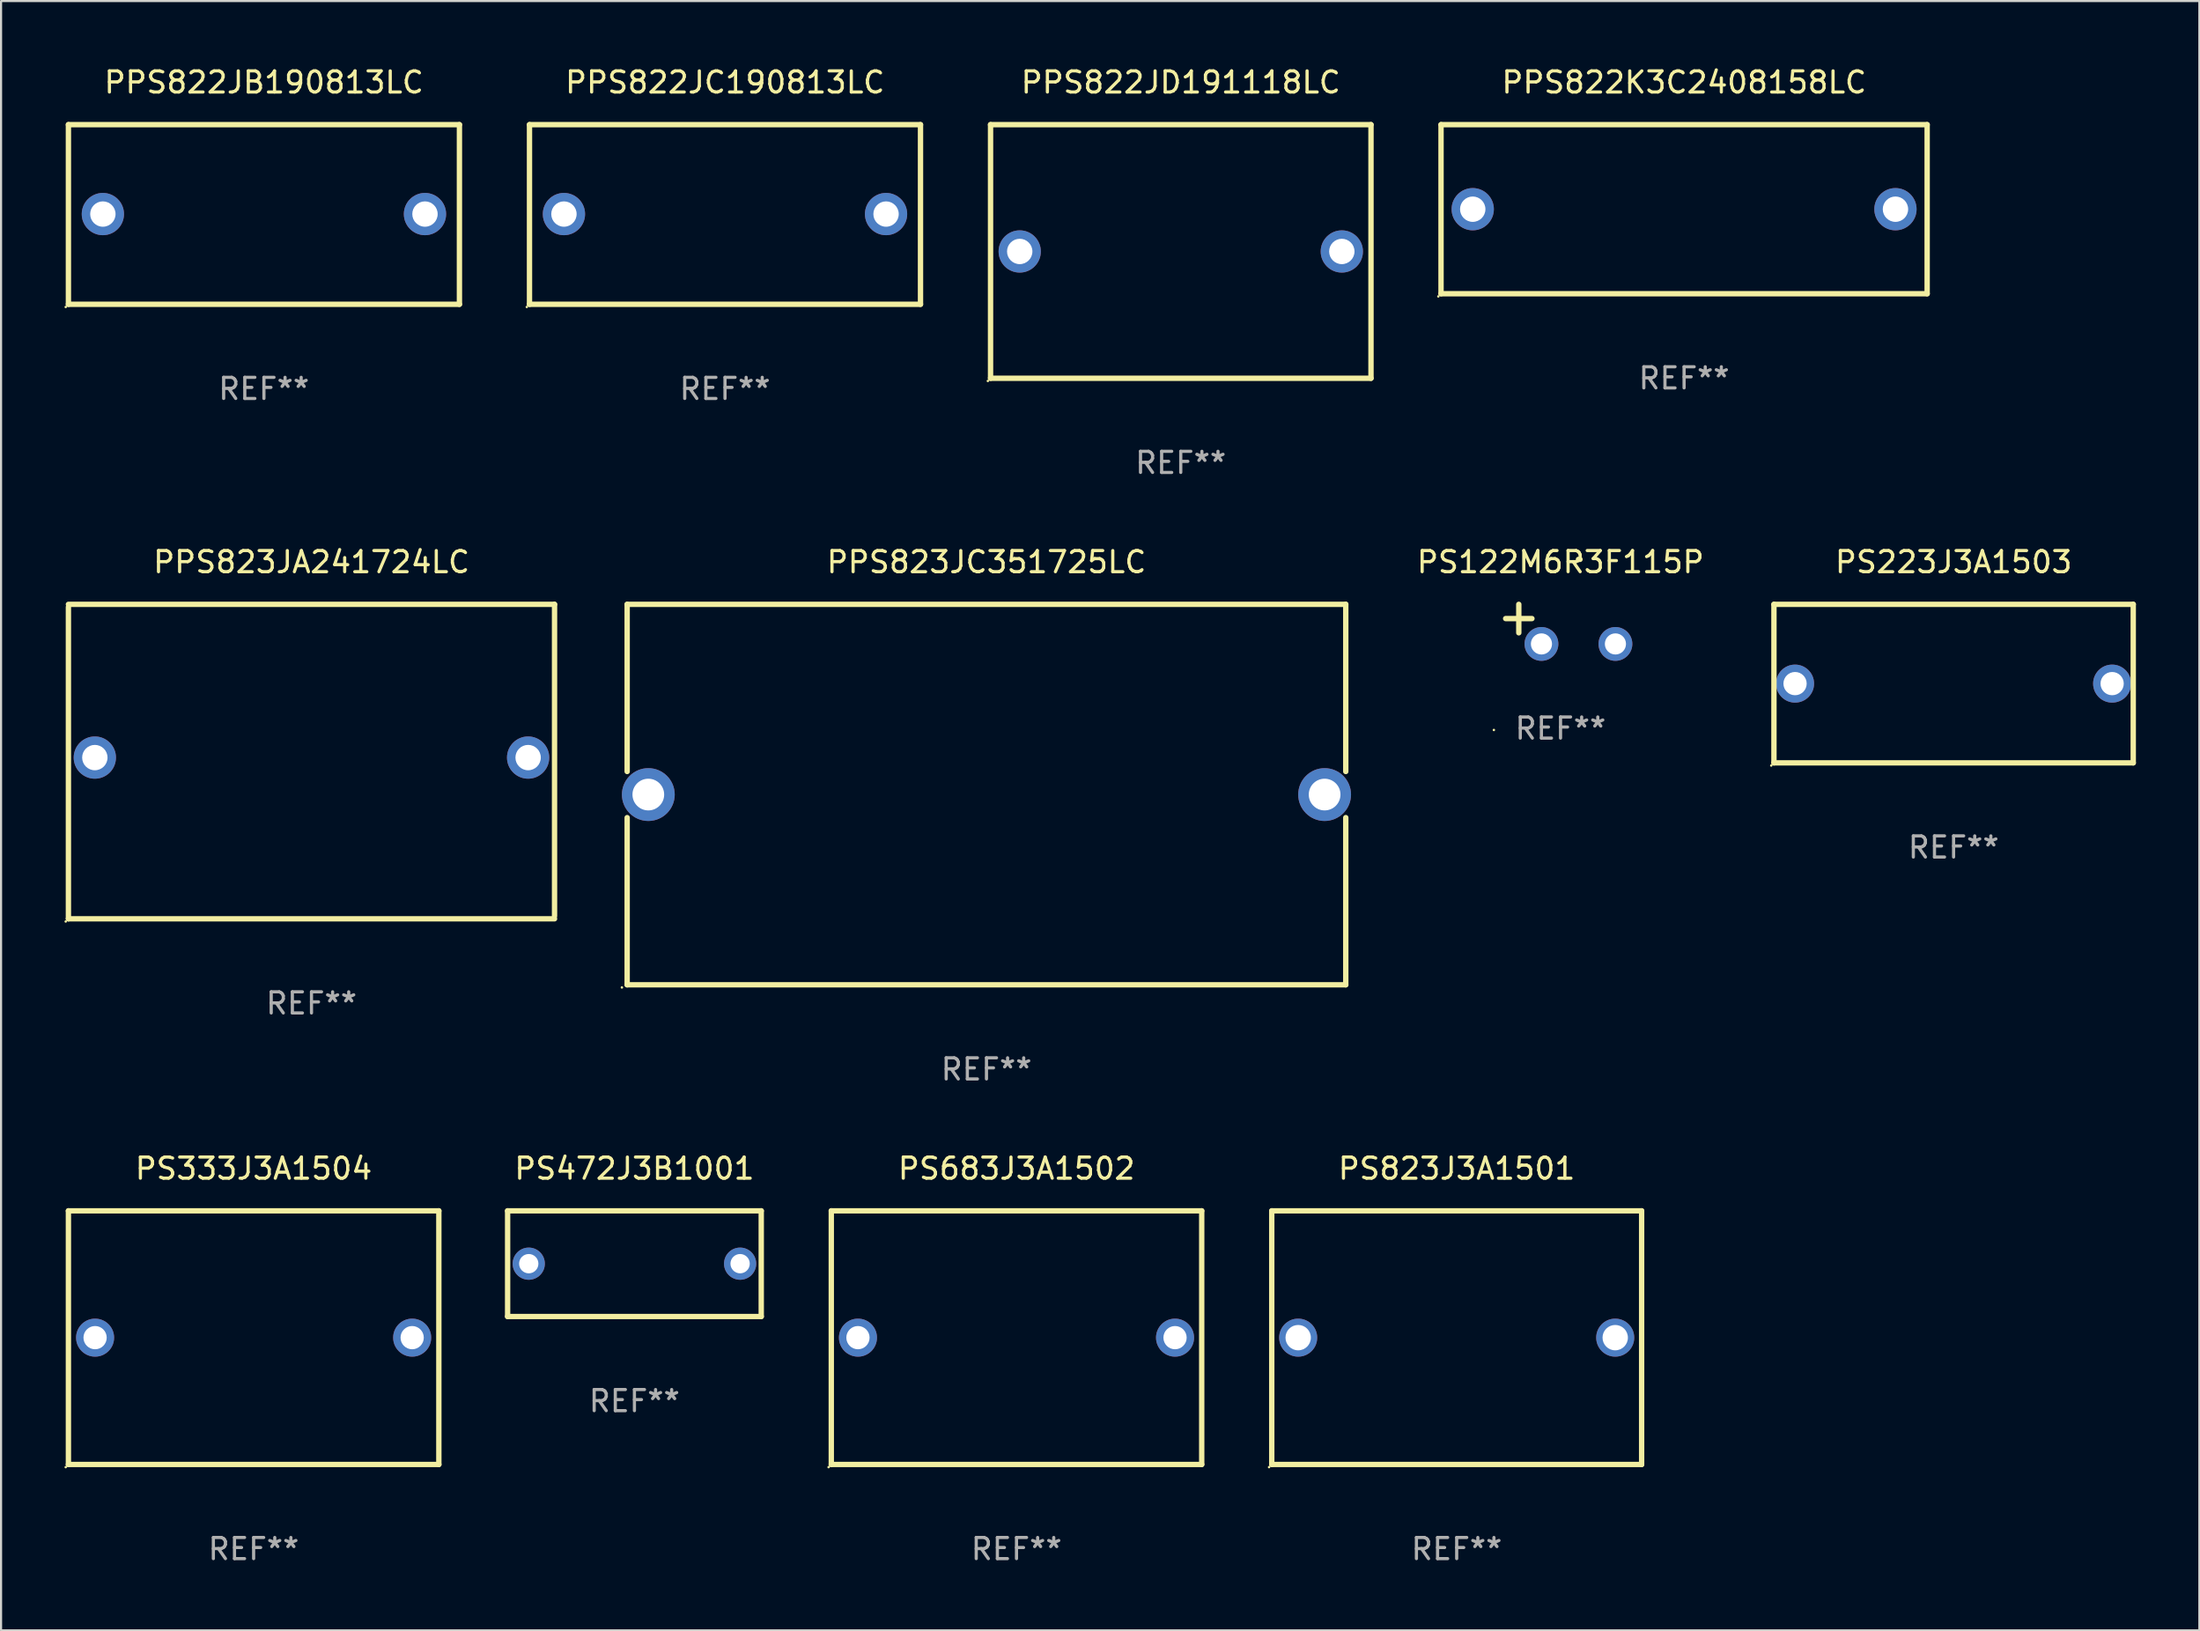
<source format=kicad_pcb>
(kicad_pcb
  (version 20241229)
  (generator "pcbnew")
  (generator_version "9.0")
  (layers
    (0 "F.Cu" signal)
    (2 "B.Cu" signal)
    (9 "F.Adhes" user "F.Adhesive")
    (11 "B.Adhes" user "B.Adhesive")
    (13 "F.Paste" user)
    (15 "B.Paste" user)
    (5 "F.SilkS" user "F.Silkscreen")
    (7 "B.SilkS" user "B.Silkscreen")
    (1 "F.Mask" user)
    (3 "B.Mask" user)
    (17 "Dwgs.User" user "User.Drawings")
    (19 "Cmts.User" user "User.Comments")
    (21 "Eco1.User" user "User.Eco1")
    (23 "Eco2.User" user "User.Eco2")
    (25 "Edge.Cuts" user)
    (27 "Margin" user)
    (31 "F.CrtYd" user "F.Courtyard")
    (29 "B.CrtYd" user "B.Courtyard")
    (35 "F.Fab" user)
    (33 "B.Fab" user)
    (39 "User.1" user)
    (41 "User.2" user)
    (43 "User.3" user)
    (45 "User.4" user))
  (footprint "PS683J3A1502"
    (layer "F.Cu")
    (at 45.044 60.241)
    (property "Reference" "PS683J3A1502" (at 0 -8 0) (layer "F.SilkS") (effects (font (size 1 1) (thickness 0.15))))
    (attr through_hole)
    (fp_line (start -8.763 -6) (end 8.763 -6) (stroke (width 0.254) (type solid)) (layer "F.SilkS"))
    (fp_line (start -8.763 6) (end -8.763 -6) (stroke (width 0.254) (type solid)) (layer "F.SilkS"))
    (fp_line (start 8.763 -6) (end 8.763 6) (stroke (width 0.254) (type solid)) (layer "F.SilkS"))
    (fp_line (start 8.763 6) (end -8.763 6) (stroke (width 0.254) (type solid)) (layer "F.SilkS"))
    (fp_circle (center -8.89 6.127) (end -8.86 6.127) (stroke (width 0.06) (type solid)) (fill no) (layer "F.SilkS"))
    (fp_text user "REF**" (at 0 10 0) (layer "F.Fab") (effects (font (size 1 1) (thickness 0.15))))
    (pad "1" thru_hole circle (at -7.501 0) (size 1.8 1.8) (drill 1.1) (layers "*.Cu" "*.Mask"))
    (pad "2" thru_hole circle (at 7.501 0) (size 1.8 1.8) (drill 1.1) (layers "*.Cu" "*.Mask")))
  (footprint "PPS823JC351725LC"
    (layer "F.Cu")
    (at 43.623 34.545)
    (property "Reference" "PPS823JC351725LC" (at 0 -11 0) (layer "F.SilkS") (effects (font (size 1 1) (thickness 0.15))))
    (attr through_hole)
    (fp_line (start -17 -9) (end -17 -1.091) (stroke (width 0.254) (type solid)) (layer "F.SilkS"))
    (fp_line (start -17 -9) (end 17 -9) (stroke (width 0.254) (type solid)) (layer "F.SilkS"))
    (fp_line (start -17 1.091) (end -17 9) (stroke (width 0.254) (type solid)) (layer "F.SilkS"))
    (fp_line (start 17 -9) (end 17 -1.091) (stroke (width 0.254) (type solid)) (layer "F.SilkS"))
    (fp_line (start 17 1.091) (end 17 9) (stroke (width 0.254) (type solid)) (layer "F.SilkS"))
    (fp_line (start 17 9) (end -17 9) (stroke (width 0.254) (type solid)) (layer "F.SilkS"))
    (fp_circle (center -17.249 9.127) (end -17.219 9.127) (stroke (width 0.06) (type solid)) (fill no) (layer "F.SilkS"))
    (fp_text user "REF**" (at 0 13 0) (layer "F.Fab") (effects (font (size 1 1) (thickness 0.15))))
    (pad "1" thru_hole circle (at -15.999 0) (size 2.5 2.5) (drill 1.5) (layers "*.Cu" "*.Mask"))
    (pad "2" thru_hole circle (at 15.999 0) (size 2.5 2.5) (drill 1.5) (layers "*.Cu" "*.Mask")))
  (footprint "PS122M6R3F115P"
    (layer "F.Cu")
    (at 70.784 26.481)
    (property "Reference" "PS122M6R3F115P" (at 0 -2.937 0) (layer "F.SilkS") (effects (font (size 1 1) (thickness 0.15))))
    (attr through_hole)
    (fp_line (start -1.975 0.41) (end -1.975 -0.937) (stroke (width 0.254) (type solid)) (layer "F.SilkS"))
    (fp_line (start -1.353 -0.263) (end -2.597 -0.263) (stroke (width 0.254) (type solid)) (layer "F.SilkS"))
    (fp_arc (start 0.849809 -3.063957) (mid 0.885369 -3.064114) (end 0.920929 -3.063957) (stroke (width 0.254001) (type solid)) (layer "F.SilkS"))
    (fp_circle (center -3.154 5.008) (end -3.124 5.008) (stroke (width 0.06) (type solid)) (fill no) (layer "F.SilkS"))
    (fp_text user "REF**" (at 0 4.937 0) (layer "F.Fab") (effects (font (size 1 1) (thickness 0.15))))
    (pad "1" thru_hole circle (at -0.903 0.937) (size 1.6 1.6) (drill 1) (layers "*.Cu" "*.Mask"))
    (pad "2" thru_hole circle (at 2.597 0.937) (size 1.6 1.6) (drill 1) (layers "*.Cu" "*.Mask")))
  (footprint "PS823J3A1501"
    (layer "F.Cu")
    (at 65.871 60.241)
    (property "Reference" "PS823J3A1501" (at 0 -8 0) (layer "F.SilkS") (effects (font (size 1 1) (thickness 0.15))))
    (attr through_hole)
    (fp_line (start -8.75 6) (end -8.75 -6) (stroke (width 0.254) (type solid)) (layer "F.SilkS"))
    (fp_line (start -8.75 -6) (end 8.75 -6) (stroke (width 0.254) (type solid)) (layer "F.SilkS"))
    (fp_line (start 8.75 6) (end -8.75 6) (stroke (width 0.254) (type solid)) (layer "F.SilkS"))
    (fp_line (start 8.75 -6) (end 8.75 6) (stroke (width 0.254) (type solid)) (layer "F.SilkS"))
    (fp_circle (center -8.877 6.127) (end -8.847 6.127) (stroke (width 0.06) (type solid)) (fill no) (layer "F.SilkS"))
    (fp_text user "REF**" (at 0 10 0) (layer "F.Fab") (effects (font (size 1 1) (thickness 0.15))))
    (pad "1" thru_hole circle (at -7.5 0) (size 1.8 1.8) (drill 1.2) (layers "*.Cu" "*.Mask"))
    (pad "2" thru_hole circle (at 7.5 0) (size 1.8 1.8) (drill 1.2) (layers "*.Cu" "*.Mask")))
  (footprint "PPS822JB190813LC"
    (layer "F.Cu")
    (at 9.437 7.098)
    (property "Reference" "PPS822JB190813LC" (at 0 -6.25 0) (layer "F.SilkS") (effects (font (size 1 1) (thickness 0.15))))
    (attr through_hole)
    (fp_line (start -9.25 -4.25) (end 9.25 -4.25) (stroke (width 0.254) (type solid)) (layer "F.SilkS"))
    (fp_line (start -9.25 4.25) (end -9.25 -4.25) (stroke (width 0.254) (type solid)) (layer "F.SilkS"))
    (fp_line (start 9.25 -4.25) (end 9.25 4.25) (stroke (width 0.254) (type solid)) (layer "F.SilkS"))
    (fp_line (start 9.25 4.25) (end -9.25 4.25) (stroke (width 0.254) (type solid)) (layer "F.SilkS"))
    (fp_circle (center -9.377 4.377) (end -9.347 4.377) (stroke (width 0.06) (type solid)) (fill no) (layer "F.SilkS"))
    (fp_text user "REF**" (at 0 8.25 0) (layer "F.Fab") (effects (font (size 1 1) (thickness 0.15))))
    (pad "1" thru_hole circle (at -7.62 -0.02) (size 2 2) (drill 1.2) (layers "*.Cu" "*.Mask"))
    (pad "2" thru_hole circle (at 7.62 -0.02) (size 2 2) (drill 1.2) (layers "*.Cu" "*.Mask")))
  (footprint "PPS822K3C2408158LC"
    (layer "F.Cu")
    (at 76.63 6.848)
    (property "Reference" "PPS822K3C2408158LC" (at 0 -6 0) (layer "F.SilkS") (effects (font (size 1 1) (thickness 0.15))))
    (attr through_hole)
    (fp_line (start -11.5 -4) (end -11.5 4) (stroke (width 0.254) (type solid)) (layer "F.SilkS"))
    (fp_line (start -11.5 -4) (end 11.5 -4) (stroke (width 0.254) (type solid)) (layer "F.SilkS"))
    (fp_line (start -11.5 4) (end 11.5 4) (stroke (width 0.254) (type solid)) (layer "F.SilkS"))
    (fp_line (start 11.5 -4) (end 11.5 4) (stroke (width 0.254) (type solid)) (layer "F.SilkS"))
    (fp_circle (center -11.627 4.127) (end -11.597 4.127) (stroke (width 0.06) (type solid)) (fill no) (layer "F.SilkS"))
    (fp_text user "REF**" (at 0 8 0) (layer "F.Fab") (effects (font (size 1 1) (thickness 0.15))))
    (pad "1" thru_hole circle (at -10 0) (size 2 2) (drill 1.2) (layers "*.Cu" "*.Mask"))
    (pad "2" thru_hole circle (at 10 0) (size 2 2) (drill 1.2) (layers "*.Cu" "*.Mask")))
  (footprint "PPS822JD191118LC"
    (layer "F.Cu")
    (at 52.816 8.848)
    (property "Reference" "PPS822JD191118LC" (at 0 -8 0) (layer "F.SilkS") (effects (font (size 1 1) (thickness 0.15))))
    (attr through_hole)
    (fp_line (start -9 -6) (end 9 -6) (stroke (width 0.254) (type solid)) (layer "F.SilkS"))
    (fp_line (start -9 6) (end -9 -6) (stroke (width 0.254) (type solid)) (layer "F.SilkS"))
    (fp_line (start 9 -6) (end 9 6) (stroke (width 0.254) (type solid)) (layer "F.SilkS"))
    (fp_line (start 9 6) (end -9 6) (stroke (width 0.254) (type solid)) (layer "F.SilkS"))
    (fp_circle (center -9.127 6.127) (end -9.097 6.127) (stroke (width 0.06) (type solid)) (fill no) (layer "F.SilkS"))
    (fp_text user "REF**" (at 0 10 0) (layer "F.Fab") (effects (font (size 1 1) (thickness 0.15))))
    (pad "1" thru_hole circle (at -7.62 0) (size 2 2) (drill 1.2) (layers "*.Cu" "*.Mask"))
    (pad "2" thru_hole circle (at 7.62 0) (size 2 2) (drill 1.2) (layers "*.Cu" "*.Mask")))
  (footprint "PPS823JA241724LC"
    (layer "F.Cu")
    (at 11.687 32.984)
    (property "Reference" "PPS823JA241724LC" (at 0 -9.439 0) (layer "F.SilkS") (effects (font (size 1 1) (thickness 0.15))))
    (attr through_hole)
    (fp_line (start -11.5 -7.439) (end 11.5 -7.439) (stroke (width 0.254) (type solid)) (layer "F.SilkS"))
    (fp_line (start -11.5 7.439) (end -11.5 -7.311) (stroke (width 0.254) (type solid)) (layer "F.SilkS"))
    (fp_line (start 11.5 -7.439) (end 11.5 7.311) (stroke (width 0.254) (type solid)) (layer "F.SilkS"))
    (fp_line (start 11.5 7.439) (end -11.5 7.439) (stroke (width 0.254) (type solid)) (layer "F.SilkS"))
    (fp_circle (center -11.627 7.566) (end -11.597 7.566) (stroke (width 0.06) (type solid)) (fill no) (layer "F.SilkS"))
    (fp_text user "REF**" (at 0 11.439 0) (layer "F.Fab") (effects (font (size 1 1) (thickness 0.15))))
    (pad "1" thru_hole circle (at -10.25 -0.189) (size 2 2) (drill 1.2) (layers "*.Cu" "*.Mask"))
    (pad "2" thru_hole circle (at 10.25 -0.189) (size 2 2) (drill 1.2) (layers "*.Cu" "*.Mask")))
  (footprint "PPS822JC190813LC"
    (layer "F.Cu")
    (at 31.252 7.098)
    (property "Reference" "PPS822JC190813LC" (at 0 -6.25 0) (layer "F.SilkS") (effects (font (size 1 1) (thickness 0.15))))
    (attr through_hole)
    (fp_line (start -9.25 -4.25) (end 9.25 -4.25) (stroke (width 0.254) (type solid)) (layer "F.SilkS"))
    (fp_line (start -9.25 4.25) (end -9.25 -4.25) (stroke (width 0.254) (type solid)) (layer "F.SilkS"))
    (fp_line (start 9.25 -4.25) (end 9.25 4.25) (stroke (width 0.254) (type solid)) (layer "F.SilkS"))
    (fp_line (start 9.25 4.25) (end -9.25 4.25) (stroke (width 0.254) (type solid)) (layer "F.SilkS"))
    (fp_circle (center -9.377 4.377) (end -9.347 4.377) (stroke (width 0.06) (type solid)) (fill no) (layer "F.SilkS"))
    (fp_text user "REF**" (at 0 8.25 0) (layer "F.Fab") (effects (font (size 1 1) (thickness 0.15))))
    (pad "1" thru_hole circle (at -7.62 -0.02) (size 2 2) (drill 1.2) (layers "*.Cu" "*.Mask"))
    (pad "2" thru_hole circle (at 7.62 -0.02) (size 2 2) (drill 1.2) (layers "*.Cu" "*.Mask")))
  (footprint "PS472J3B1001"
    (layer "F.Cu")
    (at 26.967 56.741)
    (property "Reference" "PS472J3B1001" (at 0 -4.5 0) (layer "F.SilkS") (effects (font (size 1 1) (thickness 0.15))))
    (attr through_hole)
    (fp_line (start -6 -2.5) (end 6 -2.5) (stroke (width 0.254) (type solid)) (layer "F.SilkS"))
    (fp_line (start -6 2.5) (end -6 -2.5) (stroke (width 0.254) (type solid)) (layer "F.SilkS"))
    (fp_line (start 6 -2.5) (end 6 2.5) (stroke (width 0.254) (type solid)) (layer "F.SilkS"))
    (fp_line (start 6 2.5) (end -6 2.5) (stroke (width 0.254) (type solid)) (layer "F.SilkS"))
    (fp_circle (center -6 2.5) (end -5.97 2.5) (stroke (width 0.06) (type solid)) (fill no) (layer "F.SilkS"))
    (fp_text user "REF**" (at 0 6.5 0) (layer "F.Fab") (effects (font (size 1 1) (thickness 0.15))))
    (pad "1" thru_hole circle (at -5 0) (size 1.524 1.524) (drill 0.914) (layers "*.Cu" "*.Mask"))
    (pad "2" thru_hole circle (at 5 0) (size 1.524 1.524) (drill 0.914) (layers "*.Cu" "*.Mask")))
  (footprint "PS333J3A1504"
    (layer "F.Cu")
    (at 8.95 60.241)
    (property "Reference" "PS333J3A1504" (at 0 -8 0) (layer "F.SilkS") (effects (font (size 1 1) (thickness 0.15))))
    (attr through_hole)
    (fp_line (start -8.763 -6) (end 8.763 -6) (stroke (width 0.254) (type solid)) (layer "F.SilkS"))
    (fp_line (start -8.763 6) (end -8.763 -6) (stroke (width 0.254) (type solid)) (layer "F.SilkS"))
    (fp_line (start 8.763 -6) (end 8.763 6) (stroke (width 0.254) (type solid)) (layer "F.SilkS"))
    (fp_line (start 8.763 6) (end -8.763 6) (stroke (width 0.254) (type solid)) (layer "F.SilkS"))
    (fp_circle (center -8.89 6.127) (end -8.86 6.127) (stroke (width 0.06) (type solid)) (fill no) (layer "F.SilkS"))
    (fp_text user "REF**" (at 0 10 0) (layer "F.Fab") (effects (font (size 1 1) (thickness 0.15))))
    (pad "1" thru_hole circle (at -7.501 0) (size 1.8 1.8) (drill 1.1) (layers "*.Cu" "*.Mask"))
    (pad "2" thru_hole circle (at 7.501 0) (size 1.8 1.8) (drill 1.1) (layers "*.Cu" "*.Mask")))
  (footprint "PS223J3A1503"
    (layer "F.Cu")
    (at 89.381 29.295)
    (property "Reference" "PS223J3A1503" (at 0 -5.75 0) (layer "F.SilkS") (effects (font (size 1 1) (thickness 0.15))))
    (attr through_hole)
    (fp_line (start -8.5 -3.75) (end -8.5 3.75) (stroke (width 0.254) (type solid)) (layer "F.SilkS"))
    (fp_line (start -8.5 -3.75) (end 8.5 -3.75) (stroke (width 0.254) (type solid)) (layer "F.SilkS"))
    (fp_line (start 8.5 -3.75) (end 8.5 3.75) (stroke (width 0.254) (type solid)) (layer "F.SilkS"))
    (fp_line (start 8.5 3.75) (end -8.5 3.75) (stroke (width 0.254) (type solid)) (layer "F.SilkS"))
    (fp_circle (center -8.627 3.877) (end -8.597 3.877) (stroke (width 0.06) (type solid)) (fill no) (layer "F.SilkS"))
    (fp_text user "REF**" (at 0 7.75 0) (layer "F.Fab") (effects (font (size 1 1) (thickness 0.15))))
    (pad "1" thru_hole circle (at -7.501 0.000013) (size 1.8 1.8) (drill 1.1) (layers "*.Cu" "*.Mask"))
    (pad "2" thru_hole circle (at 7.501 0.000013) (size 1.8 1.8) (drill 1.1) (layers "*.Cu" "*.Mask")))
  (gr_rect
    (start -3 -3)
    (end 101.009 74.09)
    (stroke (width 0.1) (type default))
    (fill no)
    (layer "Edge.Cuts")))
</source>
